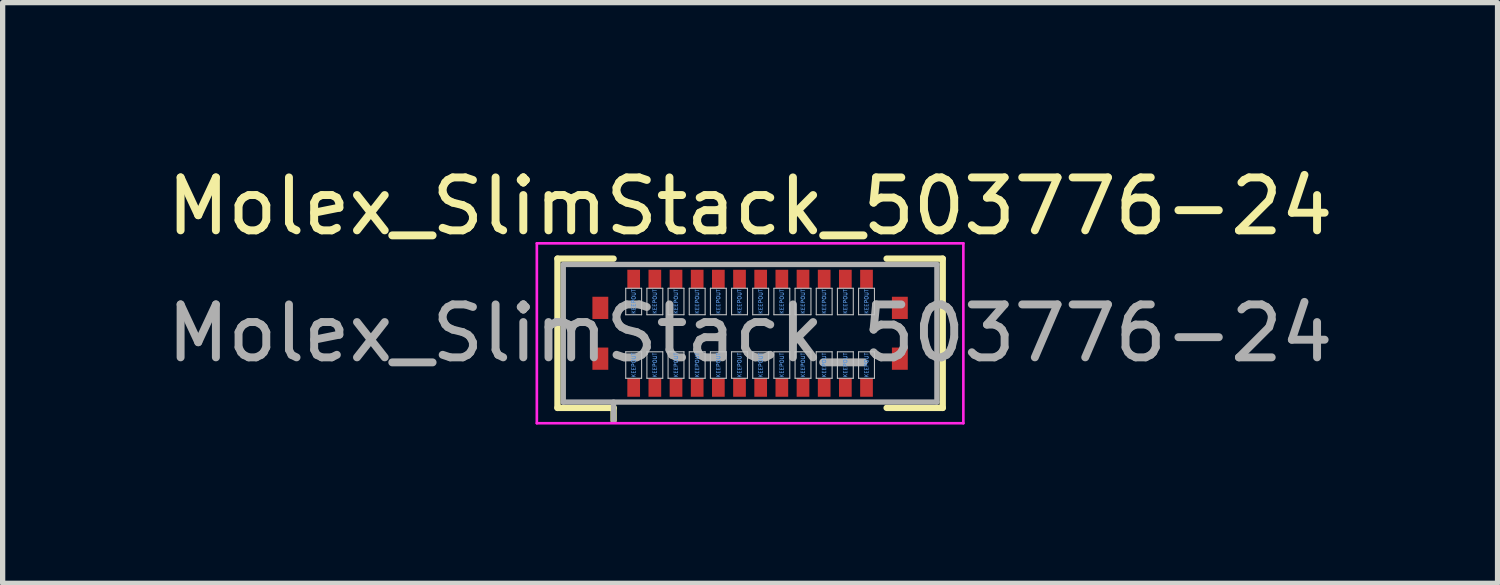
<source format=kicad_pcb>
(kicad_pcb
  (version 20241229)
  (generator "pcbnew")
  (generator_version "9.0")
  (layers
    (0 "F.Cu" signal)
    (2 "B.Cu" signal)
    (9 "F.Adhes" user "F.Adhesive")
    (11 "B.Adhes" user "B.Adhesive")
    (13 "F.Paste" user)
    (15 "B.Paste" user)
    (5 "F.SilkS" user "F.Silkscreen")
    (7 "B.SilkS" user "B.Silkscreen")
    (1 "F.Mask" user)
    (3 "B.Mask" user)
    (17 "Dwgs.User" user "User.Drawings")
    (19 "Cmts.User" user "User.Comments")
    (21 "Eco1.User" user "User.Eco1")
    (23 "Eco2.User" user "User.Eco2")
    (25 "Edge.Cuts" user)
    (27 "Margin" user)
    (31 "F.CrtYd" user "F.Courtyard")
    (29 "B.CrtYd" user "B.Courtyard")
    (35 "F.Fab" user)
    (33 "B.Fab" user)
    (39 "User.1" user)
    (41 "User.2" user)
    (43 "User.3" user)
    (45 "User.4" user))
  (footprint "Molex_SlimStack_503776-24"
    (layer "F.Cu")
    (at 11.125 3.248)
    (property "Reference" "Molex_SlimStack_503776-24" (at 0 -2.4 0) (layer "F.SilkS") (effects (font (size 1 1) (thickness 0.15))))
    (attr smd)
    (fp_line (start -3.64 -1.41) (end -2.58 -1.41) (stroke (width 0.12) (type solid)) (layer "F.SilkS"))
    (fp_line (start -3.64 1.41) (end -3.64 -1.41) (stroke (width 0.12) (type solid)) (layer "F.SilkS"))
    (fp_line (start -2.58 1.41) (end -3.64 1.41) (stroke (width 0.12) (type solid)) (layer "F.SilkS"))
    (fp_line (start -2.58 1.65) (end -2.58 1.41) (stroke (width 0.12) (type solid)) (layer "F.SilkS"))
    (fp_line (start 2.58 1.41) (end 3.64 1.41) (stroke (width 0.12) (type solid)) (layer "F.SilkS"))
    (fp_line (start 3.64 -1.41) (end 2.58 -1.41) (stroke (width 0.12) (type solid)) (layer "F.SilkS"))
    (fp_line (start 3.64 1.41) (end 3.64 -1.41) (stroke (width 0.12) (type solid)) (layer "F.SilkS"))
    (fp_line (start -2.35 -0.85) (end -2.35 -0.35) (stroke (width 0.02) (type solid)) (layer "Dwgs.User"))
    (fp_line (start -2.35 -0.35) (end -2.05 -0.35) (stroke (width 0.02) (type solid)) (layer "Dwgs.User"))
    (fp_line (start -2.35 0.35) (end -2.35 0.85) (stroke (width 0.02) (type solid)) (layer "Dwgs.User"))
    (fp_line (start -2.35 0.85) (end -2.05 0.85) (stroke (width 0.02) (type solid)) (layer "Dwgs.User"))
    (fp_line (start -2.05 -0.85) (end -2.35 -0.85) (stroke (width 0.02) (type solid)) (layer "Dwgs.User"))
    (fp_line (start -2.05 -0.35) (end -2.05 -0.85) (stroke (width 0.02) (type solid)) (layer "Dwgs.User"))
    (fp_line (start -2.05 0.35) (end -2.35 0.35) (stroke (width 0.02) (type solid)) (layer "Dwgs.User"))
    (fp_line (start -2.05 0.85) (end -2.05 0.35) (stroke (width 0.02) (type solid)) (layer "Dwgs.User"))
    (fp_line (start -1.95 -0.85) (end -1.95 -0.35) (stroke (width 0.02) (type solid)) (layer "Dwgs.User"))
    (fp_line (start -1.95 -0.35) (end -1.65 -0.35) (stroke (width 0.02) (type solid)) (layer "Dwgs.User"))
    (fp_line (start -1.95 0.35) (end -1.95 0.85) (stroke (width 0.02) (type solid)) (layer "Dwgs.User"))
    (fp_line (start -1.95 0.85) (end -1.65 0.85) (stroke (width 0.02) (type solid)) (layer "Dwgs.User"))
    (fp_line (start -1.65 -0.85) (end -1.95 -0.85) (stroke (width 0.02) (type solid)) (layer "Dwgs.User"))
    (fp_line (start -1.65 -0.35) (end -1.65 -0.85) (stroke (width 0.02) (type solid)) (layer "Dwgs.User"))
    (fp_line (start -1.65 0.35) (end -1.95 0.35) (stroke (width 0.02) (type solid)) (layer "Dwgs.User"))
    (fp_line (start -1.65 0.85) (end -1.65 0.35) (stroke (width 0.02) (type solid)) (layer "Dwgs.User"))
    (fp_line (start -1.55 -0.85) (end -1.55 -0.35) (stroke (width 0.02) (type solid)) (layer "Dwgs.User"))
    (fp_line (start -1.55 -0.35) (end -1.25 -0.35) (stroke (width 0.02) (type solid)) (layer "Dwgs.User"))
    (fp_line (start -1.55 0.35) (end -1.55 0.85) (stroke (width 0.02) (type solid)) (layer "Dwgs.User"))
    (fp_line (start -1.55 0.85) (end -1.25 0.85) (stroke (width 0.02) (type solid)) (layer "Dwgs.User"))
    (fp_line (start -1.25 -0.85) (end -1.55 -0.85) (stroke (width 0.02) (type solid)) (layer "Dwgs.User"))
    (fp_line (start -1.25 -0.35) (end -1.25 -0.85) (stroke (width 0.02) (type solid)) (layer "Dwgs.User"))
    (fp_line (start -1.25 0.35) (end -1.55 0.35) (stroke (width 0.02) (type solid)) (layer "Dwgs.User"))
    (fp_line (start -1.25 0.85) (end -1.25 0.35) (stroke (width 0.02) (type solid)) (layer "Dwgs.User"))
    (fp_line (start -1.15 -0.85) (end -1.15 -0.35) (stroke (width 0.02) (type solid)) (layer "Dwgs.User"))
    (fp_line (start -1.15 -0.35) (end -0.85 -0.35) (stroke (width 0.02) (type solid)) (layer "Dwgs.User"))
    (fp_line (start -1.15 0.35) (end -1.15 0.85) (stroke (width 0.02) (type solid)) (layer "Dwgs.User"))
    (fp_line (start -1.15 0.85) (end -0.85 0.85) (stroke (width 0.02) (type solid)) (layer "Dwgs.User"))
    (fp_line (start -0.85 -0.85) (end -1.15 -0.85) (stroke (width 0.02) (type solid)) (layer "Dwgs.User"))
    (fp_line (start -0.85 -0.35) (end -0.85 -0.85) (stroke (width 0.02) (type solid)) (layer "Dwgs.User"))
    (fp_line (start -0.85 0.35) (end -1.15 0.35) (stroke (width 0.02) (type solid)) (layer "Dwgs.User"))
    (fp_line (start -0.85 0.85) (end -0.85 0.35) (stroke (width 0.02) (type solid)) (layer "Dwgs.User"))
    (fp_line (start -0.75 -0.85) (end -0.75 -0.35) (stroke (width 0.02) (type solid)) (layer "Dwgs.User"))
    (fp_line (start -0.75 -0.35) (end -0.45 -0.35) (stroke (width 0.02) (type solid)) (layer "Dwgs.User"))
    (fp_line (start -0.75 0.35) (end -0.75 0.85) (stroke (width 0.02) (type solid)) (layer "Dwgs.User"))
    (fp_line (start -0.75 0.85) (end -0.45 0.85) (stroke (width 0.02) (type solid)) (layer "Dwgs.User"))
    (fp_line (start -0.45 -0.85) (end -0.75 -0.85) (stroke (width 0.02) (type solid)) (layer "Dwgs.User"))
    (fp_line (start -0.45 -0.35) (end -0.45 -0.85) (stroke (width 0.02) (type solid)) (layer "Dwgs.User"))
    (fp_line (start -0.45 0.35) (end -0.75 0.35) (stroke (width 0.02) (type solid)) (layer "Dwgs.User"))
    (fp_line (start -0.45 0.85) (end -0.45 0.35) (stroke (width 0.02) (type solid)) (layer "Dwgs.User"))
    (fp_line (start -0.35 -0.85) (end -0.35 -0.35) (stroke (width 0.02) (type solid)) (layer "Dwgs.User"))
    (fp_line (start -0.35 -0.35) (end -0.05 -0.35) (stroke (width 0.02) (type solid)) (layer "Dwgs.User"))
    (fp_line (start -0.35 0.35) (end -0.35 0.85) (stroke (width 0.02) (type solid)) (layer "Dwgs.User"))
    (fp_line (start -0.35 0.85) (end -0.05 0.85) (stroke (width 0.02) (type solid)) (layer "Dwgs.User"))
    (fp_line (start -0.05 -0.85) (end -0.35 -0.85) (stroke (width 0.02) (type solid)) (layer "Dwgs.User"))
    (fp_line (start -0.05 -0.35) (end -0.05 -0.85) (stroke (width 0.02) (type solid)) (layer "Dwgs.User"))
    (fp_line (start -0.05 0.35) (end -0.35 0.35) (stroke (width 0.02) (type solid)) (layer "Dwgs.User"))
    (fp_line (start -0.05 0.85) (end -0.05 0.35) (stroke (width 0.02) (type solid)) (layer "Dwgs.User"))
    (fp_line (start 0.05 -0.85) (end 0.05 -0.35) (stroke (width 0.02) (type solid)) (layer "Dwgs.User"))
    (fp_line (start 0.05 -0.35) (end 0.35 -0.35) (stroke (width 0.02) (type solid)) (layer "Dwgs.User"))
    (fp_line (start 0.05 0.35) (end 0.05 0.85) (stroke (width 0.02) (type solid)) (layer "Dwgs.User"))
    (fp_line (start 0.05 0.85) (end 0.35 0.85) (stroke (width 0.02) (type solid)) (layer "Dwgs.User"))
    (fp_line (start 0.35 -0.85) (end 0.05 -0.85) (stroke (width 0.02) (type solid)) (layer "Dwgs.User"))
    (fp_line (start 0.35 -0.35) (end 0.35 -0.85) (stroke (width 0.02) (type solid)) (layer "Dwgs.User"))
    (fp_line (start 0.35 0.35) (end 0.05 0.35) (stroke (width 0.02) (type solid)) (layer "Dwgs.User"))
    (fp_line (start 0.35 0.85) (end 0.35 0.35) (stroke (width 0.02) (type solid)) (layer "Dwgs.User"))
    (fp_line (start 0.45 -0.85) (end 0.45 -0.35) (stroke (width 0.02) (type solid)) (layer "Dwgs.User"))
    (fp_line (start 0.45 -0.35) (end 0.75 -0.35) (stroke (width 0.02) (type solid)) (layer "Dwgs.User"))
    (fp_line (start 0.45 0.35) (end 0.45 0.85) (stroke (width 0.02) (type solid)) (layer "Dwgs.User"))
    (fp_line (start 0.45 0.85) (end 0.75 0.85) (stroke (width 0.02) (type solid)) (layer "Dwgs.User"))
    (fp_line (start 0.75 -0.85) (end 0.45 -0.85) (stroke (width 0.02) (type solid)) (layer "Dwgs.User"))
    (fp_line (start 0.75 -0.35) (end 0.75 -0.85) (stroke (width 0.02) (type solid)) (layer "Dwgs.User"))
    (fp_line (start 0.75 0.35) (end 0.45 0.35) (stroke (width 0.02) (type solid)) (layer "Dwgs.User"))
    (fp_line (start 0.75 0.85) (end 0.75 0.35) (stroke (width 0.02) (type solid)) (layer "Dwgs.User"))
    (fp_line (start 0.85 -0.85) (end 0.85 -0.35) (stroke (width 0.02) (type solid)) (layer "Dwgs.User"))
    (fp_line (start 0.85 -0.35) (end 1.15 -0.35) (stroke (width 0.02) (type solid)) (layer "Dwgs.User"))
    (fp_line (start 0.85 0.35) (end 0.85 0.85) (stroke (width 0.02) (type solid)) (layer "Dwgs.User"))
    (fp_line (start 0.85 0.85) (end 1.15 0.85) (stroke (width 0.02) (type solid)) (layer "Dwgs.User"))
    (fp_line (start 1.15 -0.85) (end 0.85 -0.85) (stroke (width 0.02) (type solid)) (layer "Dwgs.User"))
    (fp_line (start 1.15 -0.35) (end 1.15 -0.85) (stroke (width 0.02) (type solid)) (layer "Dwgs.User"))
    (fp_line (start 1.15 0.35) (end 0.85 0.35) (stroke (width 0.02) (type solid)) (layer "Dwgs.User"))
    (fp_line (start 1.15 0.85) (end 1.15 0.35) (stroke (width 0.02) (type solid)) (layer "Dwgs.User"))
    (fp_line (start 1.25 -0.85) (end 1.25 -0.35) (stroke (width 0.02) (type solid)) (layer "Dwgs.User"))
    (fp_line (start 1.25 -0.35) (end 1.55 -0.35) (stroke (width 0.02) (type solid)) (layer "Dwgs.User"))
    (fp_line (start 1.25 0.35) (end 1.25 0.85) (stroke (width 0.02) (type solid)) (layer "Dwgs.User"))
    (fp_line (start 1.25 0.85) (end 1.55 0.85) (stroke (width 0.02) (type solid)) (layer "Dwgs.User"))
    (fp_line (start 1.55 -0.85) (end 1.25 -0.85) (stroke (width 0.02) (type solid)) (layer "Dwgs.User"))
    (fp_line (start 1.55 -0.35) (end 1.55 -0.85) (stroke (width 0.02) (type solid)) (layer "Dwgs.User"))
    (fp_line (start 1.55 0.35) (end 1.25 0.35) (stroke (width 0.02) (type solid)) (layer "Dwgs.User"))
    (fp_line (start 1.55 0.85) (end 1.55 0.35) (stroke (width 0.02) (type solid)) (layer "Dwgs.User"))
    (fp_line (start 1.65 -0.85) (end 1.65 -0.35) (stroke (width 0.02) (type solid)) (layer "Dwgs.User"))
    (fp_line (start 1.65 -0.35) (end 1.95 -0.35) (stroke (width 0.02) (type solid)) (layer "Dwgs.User"))
    (fp_line (start 1.65 0.35) (end 1.65 0.85) (stroke (width 0.02) (type solid)) (layer "Dwgs.User"))
    (fp_line (start 1.65 0.85) (end 1.95 0.85) (stroke (width 0.02) (type solid)) (layer "Dwgs.User"))
    (fp_line (start 1.95 -0.85) (end 1.65 -0.85) (stroke (width 0.02) (type solid)) (layer "Dwgs.User"))
    (fp_line (start 1.95 -0.35) (end 1.95 -0.85) (stroke (width 0.02) (type solid)) (layer "Dwgs.User"))
    (fp_line (start 1.95 0.35) (end 1.65 0.35) (stroke (width 0.02) (type solid)) (layer "Dwgs.User"))
    (fp_line (start 1.95 0.85) (end 1.95 0.35) (stroke (width 0.02) (type solid)) (layer "Dwgs.User"))
    (fp_line (start 2.05 -0.85) (end 2.05 -0.35) (stroke (width 0.02) (type solid)) (layer "Dwgs.User"))
    (fp_line (start 2.05 -0.35) (end 2.35 -0.35) (stroke (width 0.02) (type solid)) (layer "Dwgs.User"))
    (fp_line (start 2.05 0.35) (end 2.05 0.85) (stroke (width 0.02) (type solid)) (layer "Dwgs.User"))
    (fp_line (start 2.05 0.85) (end 2.35 0.85) (stroke (width 0.02) (type solid)) (layer "Dwgs.User"))
    (fp_line (start 2.35 -0.85) (end 2.05 -0.85) (stroke (width 0.02) (type solid)) (layer "Dwgs.User"))
    (fp_line (start 2.35 -0.35) (end 2.35 -0.85) (stroke (width 0.02) (type solid)) (layer "Dwgs.User"))
    (fp_line (start 2.35 0.35) (end 2.05 0.35) (stroke (width 0.02) (type solid)) (layer "Dwgs.User"))
    (fp_line (start 2.35 0.85) (end 2.35 0.35) (stroke (width 0.02) (type solid)) (layer "Dwgs.User"))
    (fp_line (start -4.03 -1.7) (end -4.03 1.7) (stroke (width 0.05) (type solid)) (layer "F.CrtYd"))
    (fp_line (start -4.03 1.7) (end 4.03 1.7) (stroke (width 0.05) (type solid)) (layer "F.CrtYd"))
    (fp_line (start 4.03 -1.7) (end -4.03 -1.7) (stroke (width 0.05) (type solid)) (layer "F.CrtYd"))
    (fp_line (start 4.03 1.7) (end 4.03 -1.7) (stroke (width 0.05) (type solid)) (layer "F.CrtYd"))
    (fp_line (start -3.53 -1.3) (end -3.53 1.3) (stroke (width 0.1) (type solid)) (layer "F.Fab"))
    (fp_line (start -3.53 1.3) (end 3.53 1.3) (stroke (width 0.1) (type solid)) (layer "F.Fab"))
    (fp_line (start -2.58 1.3) (end -2.58 1.65) (stroke (width 0.1) (type solid)) (layer "F.Fab"))
    (fp_line (start 3.53 -1.3) (end -3.53 -1.3) (stroke (width 0.1) (type solid)) (layer "F.Fab"))
    (fp_line (start 3.53 1.3) (end 3.53 -1.3) (stroke (width 0.1) (type solid)) (layer "F.Fab"))
    (fp_text user "KEEPOUT" (at 2.2 0.6 90) (layer "Cmts.User") (effects (font (size 0.07 0.07) (thickness 0.011))))
    (fp_text user "KEEPOUT" (at -2.2 -0.6 90) (layer "Cmts.User") (effects (font (size 0.07 0.07) (thickness 0.011))))
    (fp_text user "KEEPOUT" (at -1 0.6 90) (layer "Cmts.User") (effects (font (size 0.07 0.07) (thickness 0.011))))
    (fp_text user "KEEPOUT" (at 0.2 0.6 90) (layer "Cmts.User") (effects (font (size 0.07 0.07) (thickness 0.011))))
    (fp_text user "KEEPOUT" (at -1.4 -0.6 90) (layer "Cmts.User") (effects (font (size 0.07 0.07) (thickness 0.011))))
    (fp_text user "KEEPOUT" (at 1 -0.6 90) (layer "Cmts.User") (effects (font (size 0.07 0.07) (thickness 0.011))))
    (fp_text user "KEEPOUT" (at -1.8 0.6 90) (layer "Cmts.User") (effects (font (size 0.07 0.07) (thickness 0.011))))
    (fp_text user "KEEPOUT" (at -1.4 0.6 90) (layer "Cmts.User") (effects (font (size 0.07 0.07) (thickness 0.011))))
    (fp_text user "KEEPOUT" (at -0.6 -0.6 90) (layer "Cmts.User") (effects (font (size 0.07 0.07) (thickness 0.011))))
    (fp_text user "KEEPOUT" (at -2.2 0.6 90) (layer "Cmts.User") (effects (font (size 0.07 0.07) (thickness 0.011))))
    (fp_text user "KEEPOUT" (at -0.2 0.6 90) (layer "Cmts.User") (effects (font (size 0.07 0.07) (thickness 0.011))))
    (fp_text user "KEEPOUT" (at 1.4 -0.6 90) (layer "Cmts.User") (effects (font (size 0.07 0.07) (thickness 0.011))))
    (fp_text user "KEEPOUT" (at 2.2 -0.6 90) (layer "Cmts.User") (effects (font (size 0.07 0.07) (thickness 0.011))))
    (fp_text user "KEEPOUT" (at 1.4 0.6 90) (layer "Cmts.User") (effects (font (size 0.07 0.07) (thickness 0.011))))
    (fp_text user "KEEPOUT" (at 1 0.6 90) (layer "Cmts.User") (effects (font (size 0.07 0.07) (thickness 0.011))))
    (fp_text user "KEEPOUT" (at 0.6 0.6 90) (layer "Cmts.User") (effects (font (size 0.07 0.07) (thickness 0.011))))
    (fp_text user "KEEPOUT" (at -0.6 0.6 90) (layer "Cmts.User") (effects (font (size 0.07 0.07) (thickness 0.011))))
    (fp_text user "KEEPOUT" (at 0.6 -0.6 90) (layer "Cmts.User") (effects (font (size 0.07 0.07) (thickness 0.011))))
    (fp_text user "KEEPOUT" (at -0.2 -0.6 90) (layer "Cmts.User") (effects (font (size 0.07 0.07) (thickness 0.011))))
    (fp_text user "KEEPOUT" (at 1.8 -0.6 90) (layer "Cmts.User") (effects (font (size 0.07 0.07) (thickness 0.011))))
    (fp_text user "KEEPOUT" (at -1 -0.6 90) (layer "Cmts.User") (effects (font (size 0.07 0.07) (thickness 0.011))))
    (fp_text user "KEEPOUT" (at -1.8 -0.6 90) (layer "Cmts.User") (effects (font (size 0.07 0.07) (thickness 0.011))))
    (fp_text user "KEEPOUT" (at 1.8 0.6 90) (layer "Cmts.User") (effects (font (size 0.07 0.07) (thickness 0.011))))
    (fp_text user "KEEPOUT" (at 0.2 -0.6 90) (layer "Cmts.User") (effects (font (size 0.07 0.07) (thickness 0.011))))
    (fp_text user "${REFERENCE}" (at 0 0 0) (layer "F.Fab") (effects (font (size 1 1) (thickness 0.15))))
    (pad "1" smd rect (at -2.2 1.025) (size 0.24 0.35) (layers "F.Cu" "F.Mask" "F.Paste"))
    (pad "2" smd rect (at -2.2 -1.025) (size 0.24 0.35) (layers "F.Cu" "F.Mask" "F.Paste"))
    (pad "3" smd rect (at -1.8 1.025) (size 0.24 0.35) (layers "F.Cu" "F.Mask" "F.Paste"))
    (pad "4" smd rect (at -1.8 -1.025) (size 0.24 0.35) (layers "F.Cu" "F.Mask" "F.Paste"))
    (pad "5" smd rect (at -1.4 1.025) (size 0.24 0.35) (layers "F.Cu" "F.Mask" "F.Paste"))
    (pad "6" smd rect (at -1.4 -1.025) (size 0.24 0.35) (layers "F.Cu" "F.Mask" "F.Paste"))
    (pad "7" smd rect (at -1 1.025) (size 0.24 0.35) (layers "F.Cu" "F.Mask" "F.Paste"))
    (pad "8" smd rect (at -1 -1.025) (size 0.24 0.35) (layers "F.Cu" "F.Mask" "F.Paste"))
    (pad "9" smd rect (at -0.6 1.025) (size 0.24 0.35) (layers "F.Cu" "F.Mask" "F.Paste"))
    (pad "10" smd rect (at -0.6 -1.025) (size 0.24 0.35) (layers "F.Cu" "F.Mask" "F.Paste"))
    (pad "11" smd rect (at -0.2 1.025) (size 0.24 0.35) (layers "F.Cu" "F.Mask" "F.Paste"))
    (pad "12" smd rect (at -0.2 -1.025) (size 0.24 0.35) (layers "F.Cu" "F.Mask" "F.Paste"))
    (pad "13" smd rect (at 0.2 1.025) (size 0.24 0.35) (layers "F.Cu" "F.Mask" "F.Paste"))
    (pad "14" smd rect (at 0.2 -1.025) (size 0.24 0.35) (layers "F.Cu" "F.Mask" "F.Paste"))
    (pad "15" smd rect (at 0.6 1.025) (size 0.24 0.35) (layers "F.Cu" "F.Mask" "F.Paste"))
    (pad "16" smd rect (at 0.6 -1.025) (size 0.24 0.35) (layers "F.Cu" "F.Mask" "F.Paste"))
    (pad "17" smd rect (at 1 1.025) (size 0.24 0.35) (layers "F.Cu" "F.Mask" "F.Paste"))
    (pad "18" smd rect (at 1 -1.025) (size 0.24 0.35) (layers "F.Cu" "F.Mask" "F.Paste"))
    (pad "19" smd rect (at 1.4 1.025) (size 0.24 0.35) (layers "F.Cu" "F.Mask" "F.Paste"))
    (pad "20" smd rect (at 1.4 -1.025) (size 0.24 0.35) (layers "F.Cu" "F.Mask" "F.Paste"))
    (pad "21" smd rect (at 1.8 1.025) (size 0.24 0.35) (layers "F.Cu" "F.Mask" "F.Paste"))
    (pad "22" smd rect (at 1.8 -1.025) (size 0.24 0.35) (layers "F.Cu" "F.Mask" "F.Paste"))
    (pad "23" smd rect (at 2.2 1.025) (size 0.24 0.35) (layers "F.Cu" "F.Mask" "F.Paste"))
    (pad "24" smd rect (at 2.2 -1.025) (size 0.24 0.35) (layers "F.Cu" "F.Mask" "F.Paste"))
    (pad "MP" smd rect (at -2.83 -0.48) (size 0.3 0.42) (layers "F.Cu" "F.Mask" "F.Paste"))
    (pad "MP" smd rect (at -2.83 0.48) (size 0.3 0.42) (layers "F.Cu" "F.Mask" "F.Paste"))
    (pad "MP" smd rect (at 2.83 -0.48) (size 0.3 0.42) (layers "F.Cu" "F.Mask" "F.Paste"))
    (pad "MP" smd rect (at 2.83 0.48) (size 0.3 0.42) (layers "F.Cu" "F.Mask" "F.Paste")))
  (gr_rect
    (start -3 -3)
    (end 25.25 7.973)
    (stroke (width 0.1) (type default))
    (fill no)
    (layer "Edge.Cuts")))
</source>
